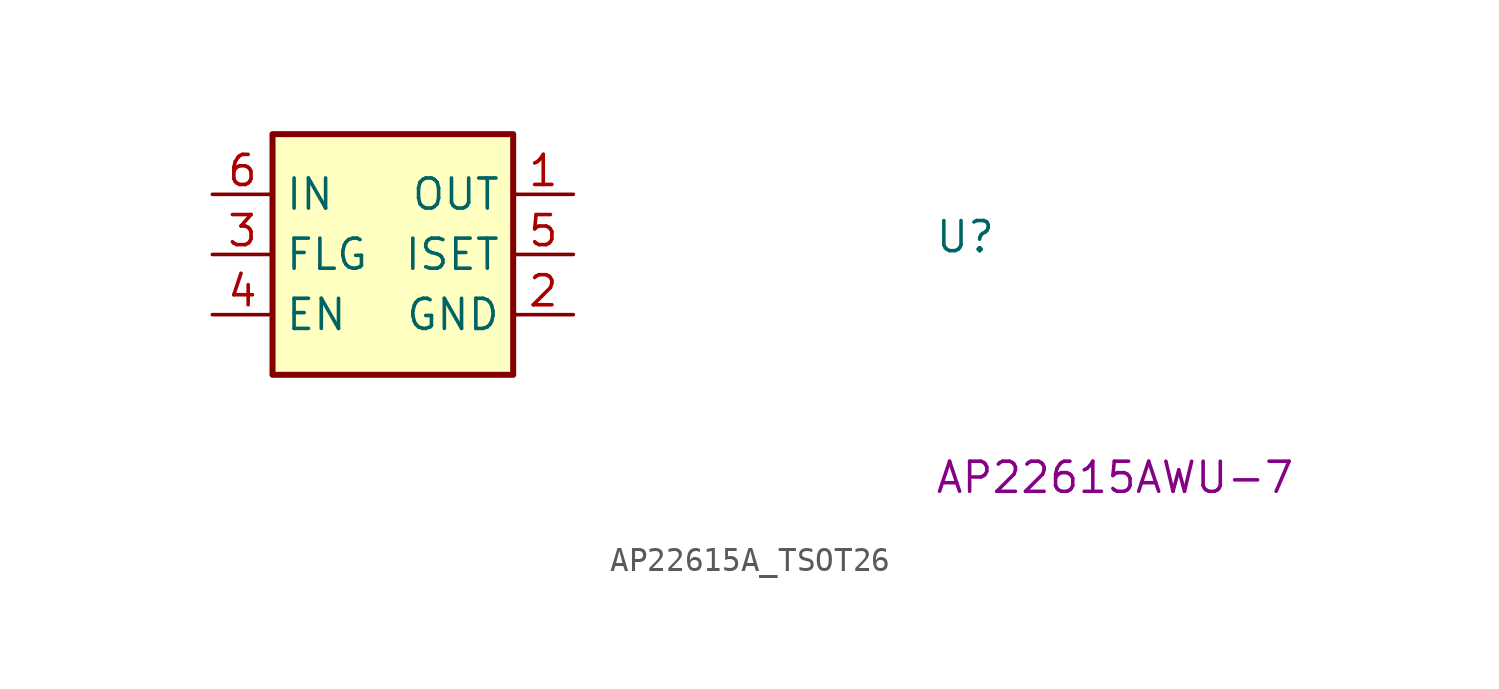
<source format=kicad_sym>
(kicad_symbol_lib
  (version 20220914)
  (generator kicad_symbol_editor)
  (symbol "AP22615A_TSOT26"
    (property "Reference" "U"
      (at 30.48 -2.54 0)
      (effects (font (size 1.27 1.27) (thickness 0.15)) (justify left bottom)))
    (property "MPN" "AP22615AWU-7"
      (at 30.48 -12.7 0)
      (effects (font (size 1.27 1.27) (thickness 0.15)) (justify left bottom)))
    (symbol "AP22615A_TSOT26_1_1"
      (rectangle (start 2.54 2.54) (end 12.7 -7.62) (stroke (width 0.254) (type default)) (fill (type background)))
      (pin power_out line (at 15.24 0 180) (length 2.54) (name "OUT" (effects (font (size 1.27 1.27)))) (number "1" (effects (font (size 1.27 1.27)))))
      (pin power_in line (at 15.24 -5.08 180) (length 2.54) (name "GND" (effects (font (size 1.27 1.27)))) (number "2" (effects (font (size 1.27 1.27)))))
      (pin output line (at 0 -2.54 0) (length 2.54) (name "FLG" (effects (font (size 1.27 1.27)))) (number "3" (effects (font (size 1.27 1.27)))))
      (pin input line (at 0 -5.08 0) (length 2.54) (name "EN" (effects (font (size 1.27 1.27)))) (number "4" (effects (font (size 1.27 1.27)))))
      (pin passive line (at 15.24 -2.54 180) (length 2.54) (name "ISET" (effects (font (size 1.27 1.27)))) (number "5" (effects (font (size 1.27 1.27)))))
      (pin power_in line (at 0 0 0) (length 2.54) (name "IN" (effects (font (size 1.27 1.27)))) (number "6" (effects (font (size 1.27 1.27))))))))
</source>
